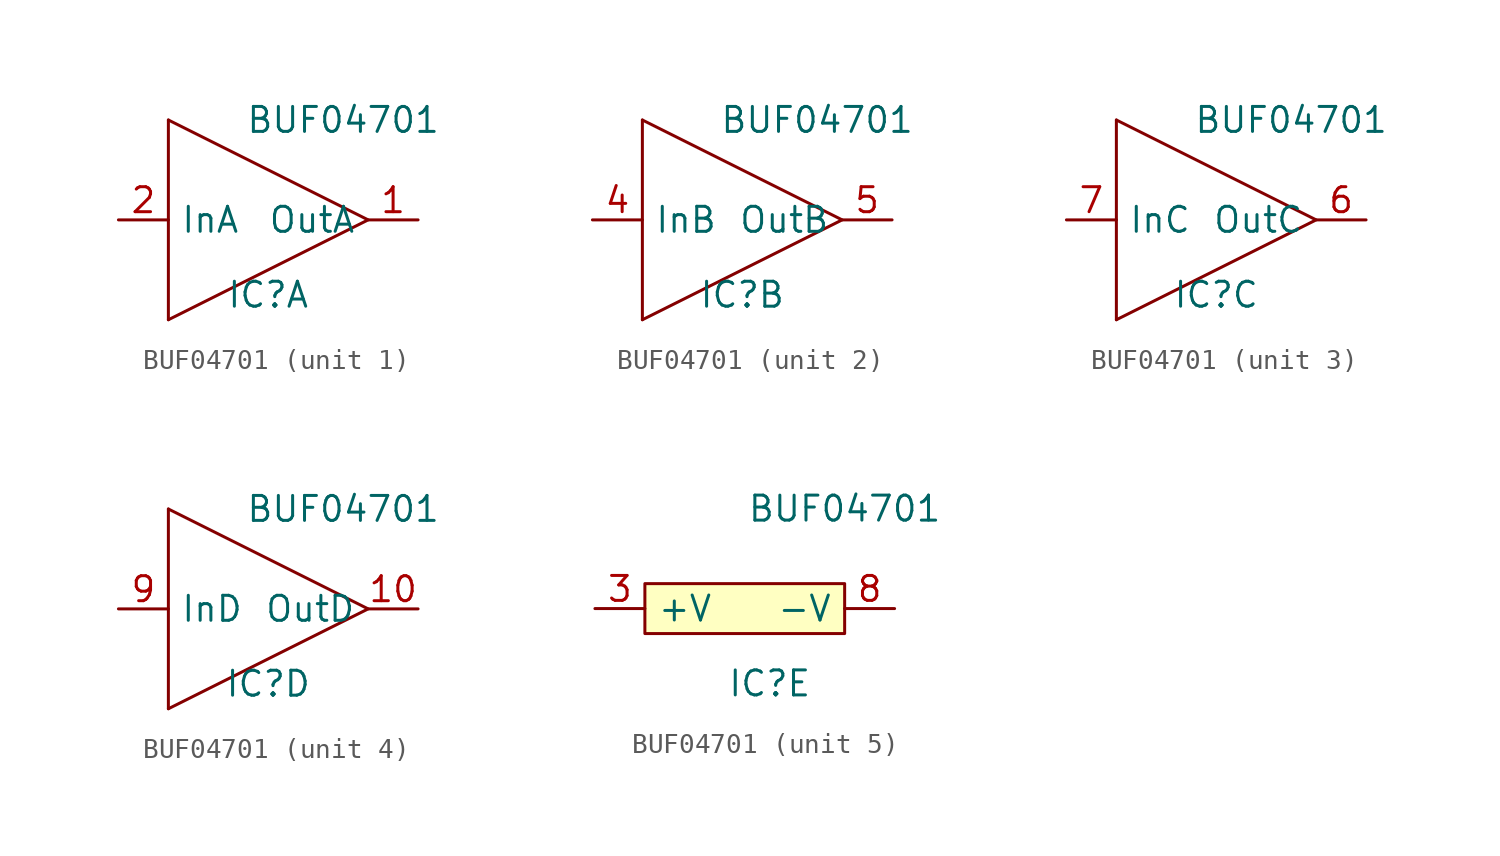
<source format=kicad_sym>
(kicad_symbol_lib
  (version 20201005)
  (generator kicad_symbol_editor)
  (symbol "dodo-logic:BUF04701"
    (pin_names
      (offset 0.61))
    (property "Reference" "IC"
      (at 1.27 -3.81 0)
      (effects (font (size 1.27 1.27))))
    (property "Value" "BUF04701"
      (at 5.08 5.08 0)
      (effects (font (size 1.27 1.27))))
    (property "ki_locked" ""
      (at 0 0 0)
      (effects (font (size 1.27 1.27))))
    (symbol "BUF04701_1_1"
      (polyline (pts (xy -3.81 5.08) (xy -3.81 -5.08)) (stroke (width 0)) (fill (type none)))
      (polyline (pts (xy -3.81 -5.08) (xy 6.35 0) (xy -3.81 5.08)) (stroke (width 0)) (fill (type none)))
      (pin output line (at 8.89 0 180) (length 2.54) (name "OutA" (effects (font (size 1.27 1.27)))) (number "1" (effects (font (size 1.27 1.27)))))
      (pin input line (at -6.35 0 0) (length 2.54) (name "InA" (effects (font (size 1.27 1.27)))) (number "2" (effects (font (size 1.27 1.27))))))
    (symbol "BUF04701_2_1"
      (polyline (pts (xy -3.81 5.08) (xy -3.81 -5.08)) (stroke (width 0)) (fill (type none)))
      (polyline (pts (xy -3.81 -5.08) (xy 6.35 0) (xy -3.81 5.08)) (stroke (width 0)) (fill (type none)))
      (pin input line (at -6.35 0 0) (length 2.54) (name "InB" (effects (font (size 1.27 1.27)))) (number "4" (effects (font (size 1.27 1.27)))))
      (pin output line (at 8.89 0 180) (length 2.54) (name "OutB" (effects (font (size 1.27 1.27)))) (number "5" (effects (font (size 1.27 1.27))))))
    (symbol "BUF04701_3_1"
      (polyline (pts (xy -3.81 5.08) (xy -3.81 -5.08)) (stroke (width 0)) (fill (type none)))
      (polyline (pts (xy -3.81 -5.08) (xy 6.35 0) (xy -3.81 5.08)) (stroke (width 0)) (fill (type none)))
      (pin output line (at 8.89 0 180) (length 2.54) (name "OutC" (effects (font (size 1.27 1.27)))) (number "6" (effects (font (size 1.27 1.27)))))
      (pin input line (at -6.35 0 0) (length 2.54) (name "InC" (effects (font (size 1.27 1.27)))) (number "7" (effects (font (size 1.27 1.27))))))
    (symbol "BUF04701_4_1"
      (polyline (pts (xy -3.81 5.08) (xy -3.81 -5.08)) (stroke (width 0)) (fill (type none)))
      (polyline (pts (xy -3.81 -5.08) (xy 6.35 0) (xy -3.81 5.08)) (stroke (width 0)) (fill (type none)))
      (pin output line (at 8.89 0 180) (length 2.54) (name "OutD" (effects (font (size 1.27 1.27)))) (number "10" (effects (font (size 1.27 1.27)))))
      (pin input line (at -6.35 0 0) (length 2.54) (name "InD" (effects (font (size 1.27 1.27)))) (number "9" (effects (font (size 1.27 1.27))))))
    (symbol "BUF04701_5_1"
      (rectangle (start -5.08 1.27) (end 5.08 -1.27) (stroke (width 0)) (fill (type background)))
      (pin power_in line (at -7.62 0 0) (length 2.54) (name "+V" (effects (font (size 1.27 1.27)))) (number "3" (effects (font (size 1.27 1.27)))))
      (pin power_in line (at 7.62 0 180) (length 2.54) (name "-V" (effects (font (size 1.27 1.27)))) (number "8" (effects (font (size 1.27 1.27))))))))
</source>
